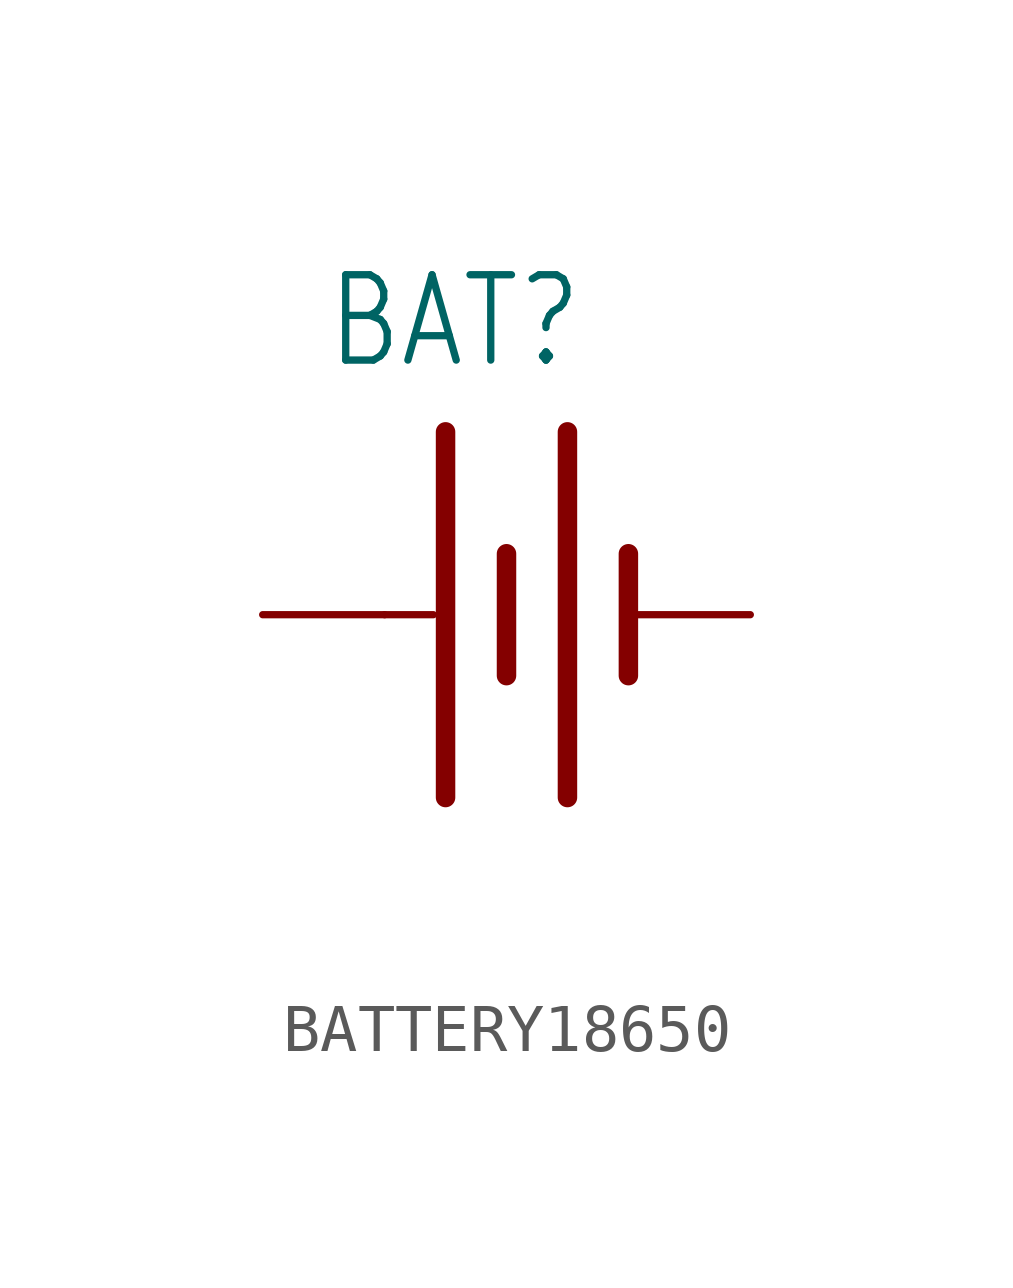
<source format=kicad_sym>
(kicad_symbol_lib
  (version 20220914)
  (generator kicad_symbol_editor)
  (symbol "BATTERY18650"
    (property "Reference" "BAT"
      (at -3.81 5.08 0)
      (effects (font (size 1.778 1.511)) (justify left bottom)))
    (property "Value" ""
      (at -3.81 -6.35 0)
      (effects (font (size 1.778 1.511)) (justify left bottom)))
    (property "ki_locked" ""
      (at 0 0 0)
      (effects (font (size 1.27 1.27))))
    (symbol "BATTERY18650_1_0"
      (polyline (pts (xy -2.54 0) (xy -1.524 0)) (stroke (width 0.152) (type solid)) (fill (type none)))
      (polyline (pts (xy -1.27 3.81) (xy -1.27 -3.81)) (stroke (width 0.406) (type solid)) (fill (type none)))
      (polyline (pts (xy 0 1.27) (xy 0 -1.27)) (stroke (width 0.406) (type solid)) (fill (type none)))
      (polyline (pts (xy 1.27 3.81) (xy 1.27 -3.81)) (stroke (width 0.406) (type solid)) (fill (type none)))
      (polyline (pts (xy 2.54 1.27) (xy 2.54 -1.27)) (stroke (width 0.406) (type solid)) (fill (type none)))
      (pin power_in line (at 5.08 0 180) (length 2.54) (name "-" (effects (font (size 0 0)))) (number "GND@1" (effects (font (size 0 0)))))
      (pin power_in line (at -5.08 0 0) (length 2.54) (name "+" (effects (font (size 0 0)))) (number "PWR@1" (effects (font (size 0 0))))))))
</source>
